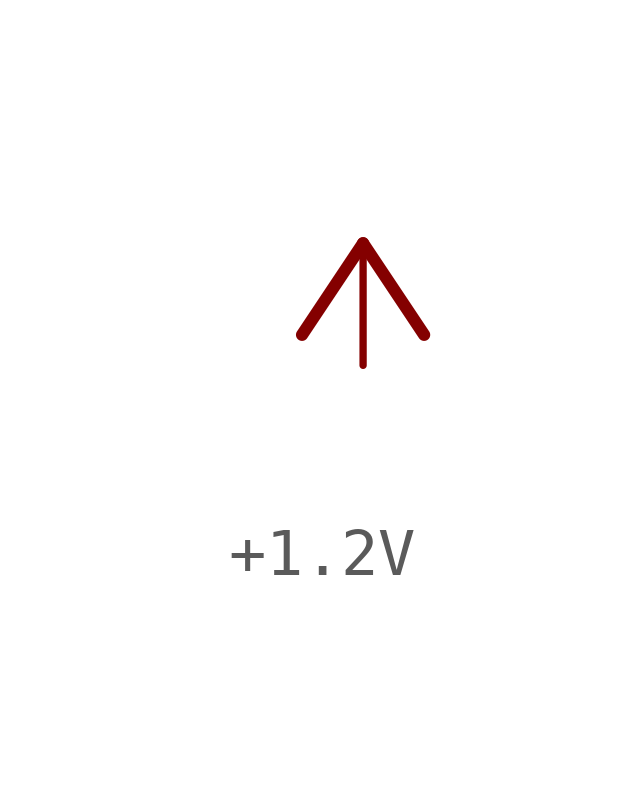
<source format=kicad_sym>
(kicad_symbol_lib
  (version 20241209)
  (generator "kicad_symbol_editor")
  (generator_version "9.0")
  (symbol "+1.2V"
    (power)
    (property "Reference" ""
      (at 0 0 0)
      (effects (font (size 1.27 1.27)) (hide yes)))
    (property "Value" ""
      (at -2.54 -5.08 90)
      (effects (font (size 1.778 1.511)) (justify left bottom)))
    (property "ki_locked" ""
      (at 0 0 0)
      (effects (font (size 1.27 1.27))))
    (symbol "+1.2V_1_0"
      (polyline (pts (xy 0 0) (xy -1.27 -1.905)) (stroke (width 0.254) (type solid)) (fill (type none)))
      (polyline (pts (xy 0 0) (xy 1.27 -1.905)) (stroke (width 0.254) (type solid)) (fill (type none)))
      (pin power_in line (at 0 -2.54 90) (length 2.54) (name "+1.2V" (effects (font (size 0 0)))) (number "1" (effects (font (size 0 0))))))))
</source>
